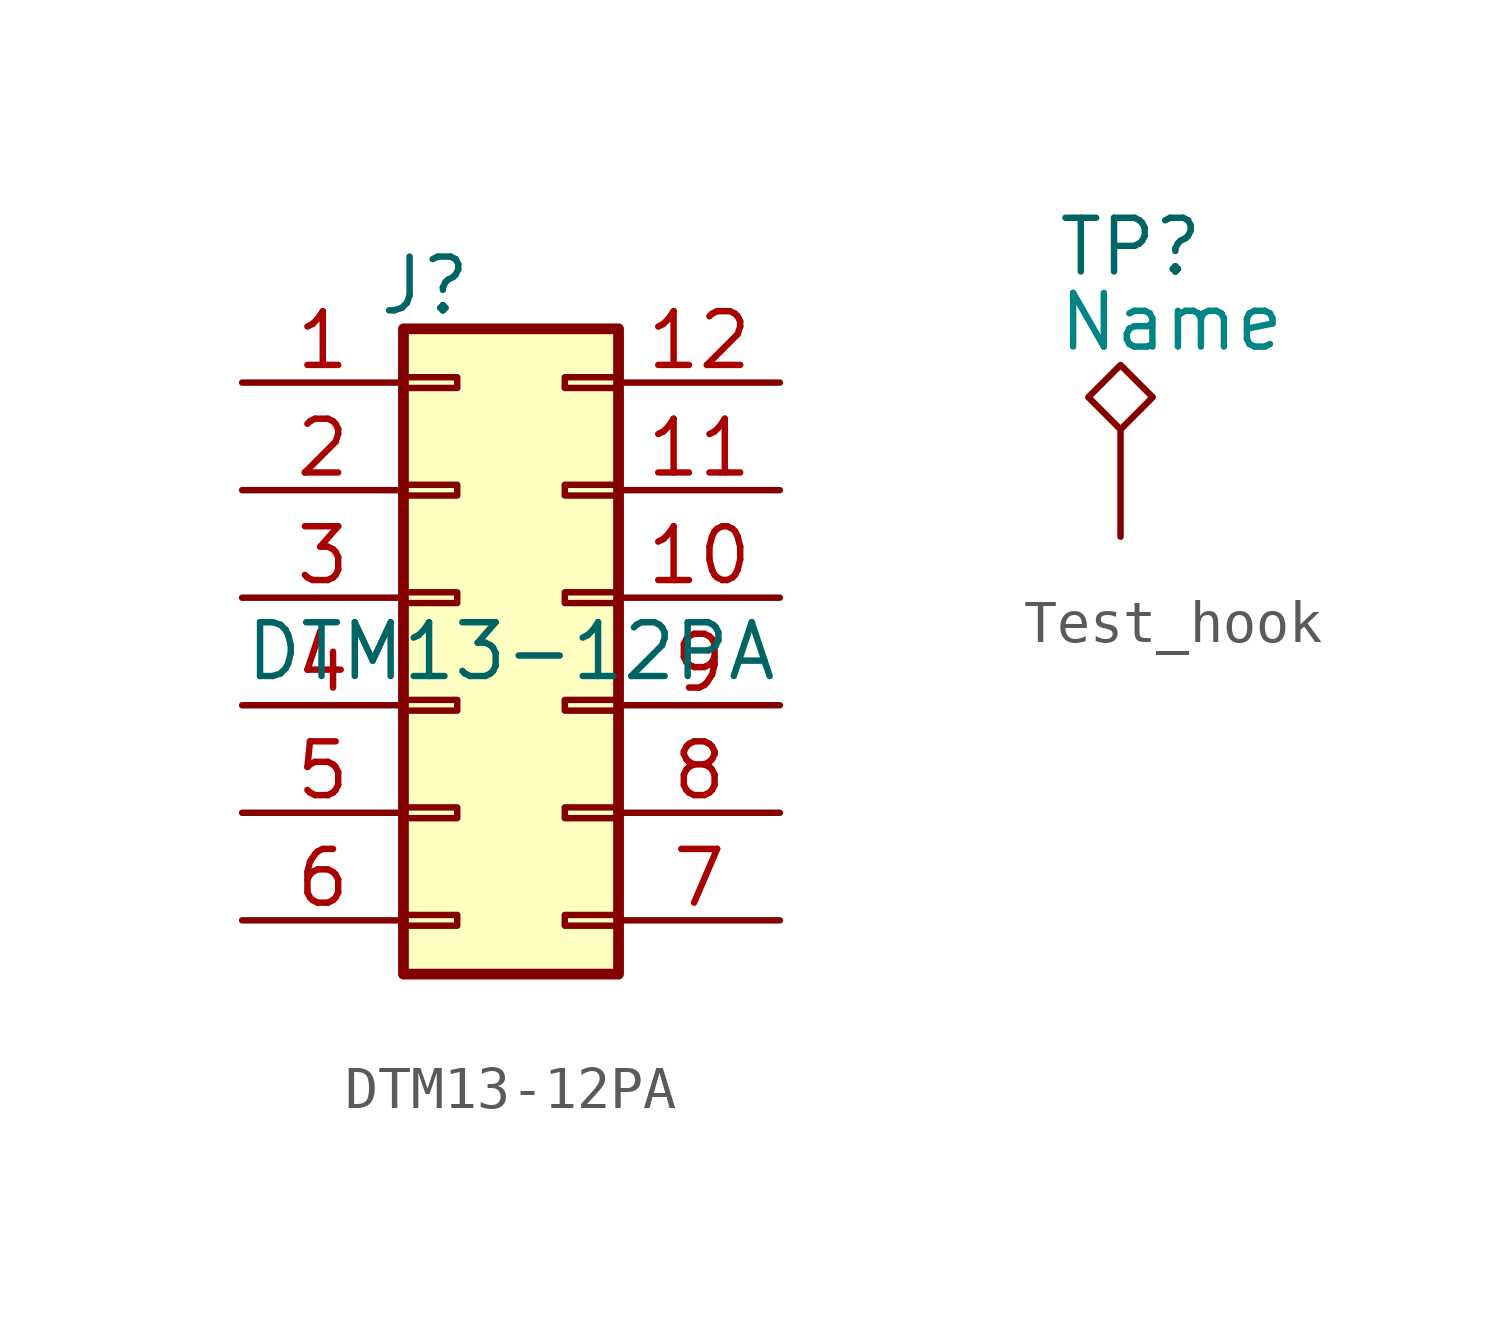
<source format=kicad_sym>
(kicad_symbol_lib
  (version 20241209)
  (generator "kicad_symbol_editor")
  (generator_version "9.0")
  (symbol "DTM13-12PA"
    (pin_names
      (hide yes))
    (property "Reference" "J"
      (at -2.032 8.636 0)
      (effects (font (size 1.27 1.27))))
    (property "Value" "DTM13-12PA"
      (at 0 0 0)
      (effects (font (size 1.27 1.27))))
    (symbol "DTM13-12PA_1_1"
      (rectangle (start -2.54 7.62) (end 2.54 -7.62) (stroke (width 0.254) (type default)) (fill (type background)))
      (rectangle (start -2.54 6.477) (end -1.27 6.223) (stroke (width 0.152) (type default)) (fill (type none)))
      (rectangle (start -2.54 3.937) (end -1.27 3.683) (stroke (width 0.152) (type default)) (fill (type none)))
      (rectangle (start -2.54 1.397) (end -1.27 1.143) (stroke (width 0.152) (type default)) (fill (type none)))
      (rectangle (start -2.54 -1.143) (end -1.27 -1.397) (stroke (width 0.152) (type default)) (fill (type none)))
      (rectangle (start -2.54 -3.683) (end -1.27 -3.937) (stroke (width 0.152) (type default)) (fill (type none)))
      (rectangle (start -2.54 -6.223) (end -1.27 -6.477) (stroke (width 0.152) (type default)) (fill (type none)))
      (rectangle (start 2.54 6.477) (end 1.27 6.223) (stroke (width 0.152) (type default)) (fill (type none)))
      (rectangle (start 2.54 3.937) (end 1.27 3.683) (stroke (width 0.152) (type default)) (fill (type none)))
      (rectangle (start 2.54 1.397) (end 1.27 1.143) (stroke (width 0.152) (type default)) (fill (type none)))
      (rectangle (start 2.54 -1.143) (end 1.27 -1.397) (stroke (width 0.152) (type default)) (fill (type none)))
      (rectangle (start 2.54 -3.683) (end 1.27 -3.937) (stroke (width 0.152) (type default)) (fill (type none)))
      (rectangle (start 2.54 -6.223) (end 1.27 -6.477) (stroke (width 0.152) (type default)) (fill (type none)))
      (pin passive line (at -6.35 6.35 0) (length 3.81) (name "1" (effects (font (size 1.27 1.27)))) (number "1" (effects (font (size 1.27 1.27)))))
      (pin passive line (at -6.35 3.81 0) (length 3.81) (name "2" (effects (font (size 1.27 1.27)))) (number "2" (effects (font (size 1.27 1.27)))))
      (pin passive line (at -6.35 1.27 0) (length 3.81) (name "3" (effects (font (size 1.27 1.27)))) (number "3" (effects (font (size 1.27 1.27)))))
      (pin passive line (at -6.35 -1.27 0) (length 3.81) (name "4" (effects (font (size 1.27 1.27)))) (number "4" (effects (font (size 1.27 1.27)))))
      (pin passive line (at -6.35 -3.81 0) (length 3.81) (name "5" (effects (font (size 1.27 1.27)))) (number "5" (effects (font (size 1.27 1.27)))))
      (pin passive line (at -6.35 -6.35 0) (length 3.81) (name "6" (effects (font (size 1.27 1.27)))) (number "6" (effects (font (size 1.27 1.27)))))
      (pin passive line (at 6.35 6.35 180) (length 3.81) (name "12" (effects (font (size 1.27 1.27)))) (number "12" (effects (font (size 1.27 1.27)))))
      (pin passive line (at 6.35 3.81 180) (length 3.81) (name "11" (effects (font (size 1.27 1.27)))) (number "11" (effects (font (size 1.27 1.27)))))
      (pin passive line (at 6.35 1.27 180) (length 3.81) (name "10" (effects (font (size 1.27 1.27)))) (number "10" (effects (font (size 1.27 1.27)))))
      (pin passive line (at 6.35 -1.27 180) (length 3.81) (name "9" (effects (font (size 1.27 1.27)))) (number "9" (effects (font (size 1.27 1.27)))))
      (pin passive line (at 6.35 -3.81 180) (length 3.81) (name "8" (effects (font (size 1.27 1.27)))) (number "8" (effects (font (size 1.27 1.27)))))
      (pin passive line (at 6.35 -6.35 180) (length 3.81) (name "7" (effects (font (size 1.27 1.27)))) (number "7" (effects (font (size 1.27 1.27)))))))
  (symbol "Test_hook"
    (pin_numbers
      (hide yes))
    (pin_names
      (hide yes))
    (property "Reference" "TP"
      (at -1.524 6.858 0)
      (effects (font (size 1.27 1.27)) (justify left)))
    (property "Description" "Name"
      (at -1.524 5.08 0)
      (effects (font (size 1.27 1.27) (color 0 132 132 1)) (justify left)))
    (symbol "Test_hook_0_1"
      (polyline (pts (xy 0 2.54) (xy -0.762 3.302) (xy 0 4.064) (xy 0.762 3.302) (xy 0 2.54)) (stroke (width 0) (type default)) (fill (type none))))
    (symbol "Test_hook_1_1"
      (pin passive line (at 0 0 90) (length 2.54) (name "1" (effects (font (size 1.27 1.27)))) (number "1" (effects (font (size 1.27 1.27))))))))
</source>
